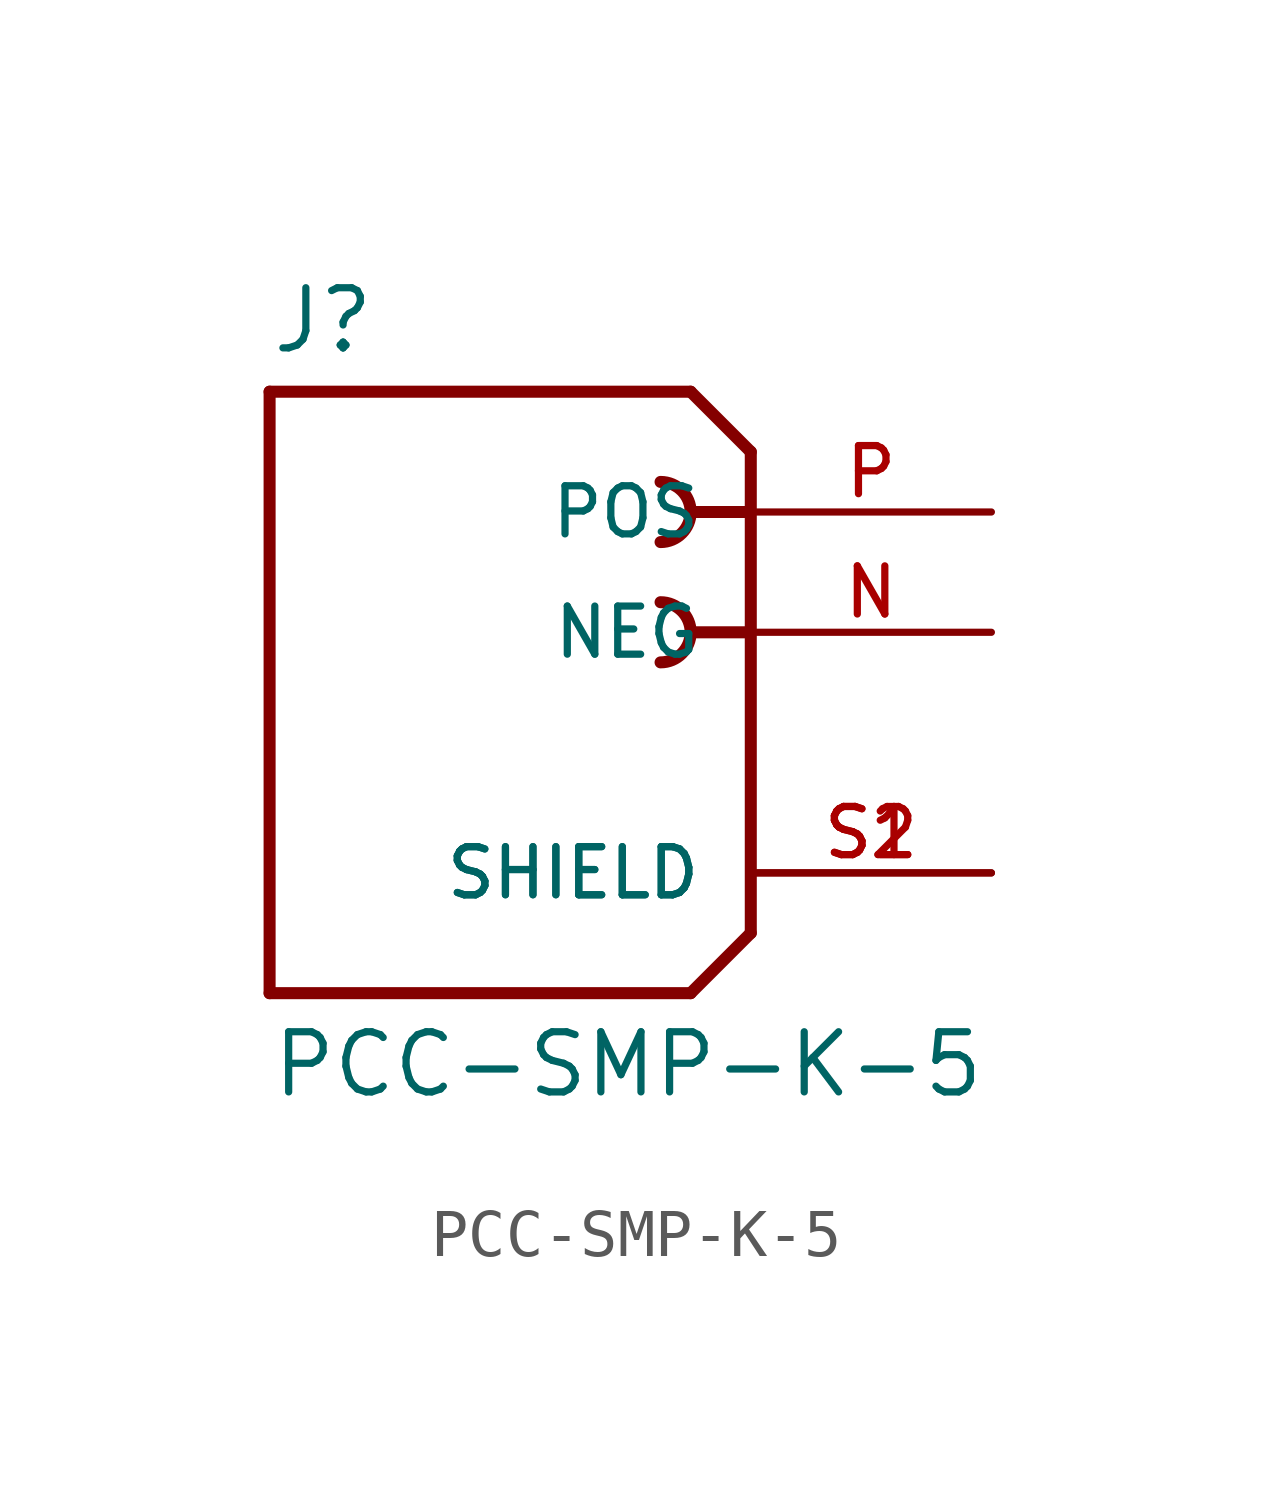
<source format=kicad_sym>
(kicad_symbol_lib
  (version 20211014)
  (generator kicad_symbol_editor)
  (symbol "PCC-SMP-K-5"
    (pin_names
      (offset 1.016))
    (property "Reference" "J"
      (at -5.08 5.842 0)
      (effects (font (size 1.27 1.27)) (justify bottom left)))
    (property "Value" "PCC-SMP-K-5"
      (at -5.08 -8.382 0)
      (effects (font (size 1.27 1.27)) (justify top left)))
    (symbol "PCC-SMP-K-5_0_0"
      (polyline (pts (xy 5.08 3.81) (xy 3.81 5.08)) (stroke (width 0.254)))
      (polyline (pts (xy 5.08 3.81) (xy 5.08 2.54)) (stroke (width 0.254)))
      (polyline (pts (xy 5.08 2.54) (xy 5.08 -6.35)) (stroke (width 0.254)))
      (polyline (pts (xy 5.08 -6.35) (xy 3.81 -7.62)) (stroke (width 0.254)))
      (polyline (pts (xy 3.81 -7.62) (xy -5.08 -7.62)) (stroke (width 0.254)))
      (polyline (pts (xy -5.08 -7.62) (xy -5.08 5.08)) (stroke (width 0.254)))
      (polyline (pts (xy -5.08 5.08) (xy 3.81 5.08)) (stroke (width 0.254)))
      (polyline (pts (xy 5.08 2.54) (xy 3.81 2.54)) (stroke (width 0.254)))
      (arc (start 3.175 1.905) (mid 3.81 2.54) (end 3.175 3.175) (stroke (width 0.254) (type default) (color 0 0 0 0)) (fill (type none)))
      (polyline (pts (xy 5.08 0.0) (xy 3.81 0.0)) (stroke (width 0.254)))
      (arc (start 3.175 -0.635) (mid 3.81 0.0) (end 3.175 0.635) (stroke (width 0.254) (type default) (color 0 0 0 0)) (fill (type none)))
      (pin passive line (at 10.16 2.54 180.0) (length 5.08) (name "POS" (effects (font (size 1.016 1.016)))) (number "P" (effects (font (size 1.016 1.016)))))
      (pin passive line (at 10.16 0.0 180.0) (length 5.08) (name "NEG" (effects (font (size 1.016 1.016)))) (number "N" (effects (font (size 1.016 1.016)))))
      (pin passive line (at 10.16 -5.08 180.0) (length 5.08) (name "SHIELD" (effects (font (size 1.016 1.016)))) (number "S1" (effects (font (size 1.016 1.016)))))
      (pin passive line (at 10.16 -5.08 180.0) (length 5.08) (name "SHIELD" (effects (font (size 1.016 1.016)))) (number "S2" (effects (font (size 1.016 1.016))))))))
</source>
